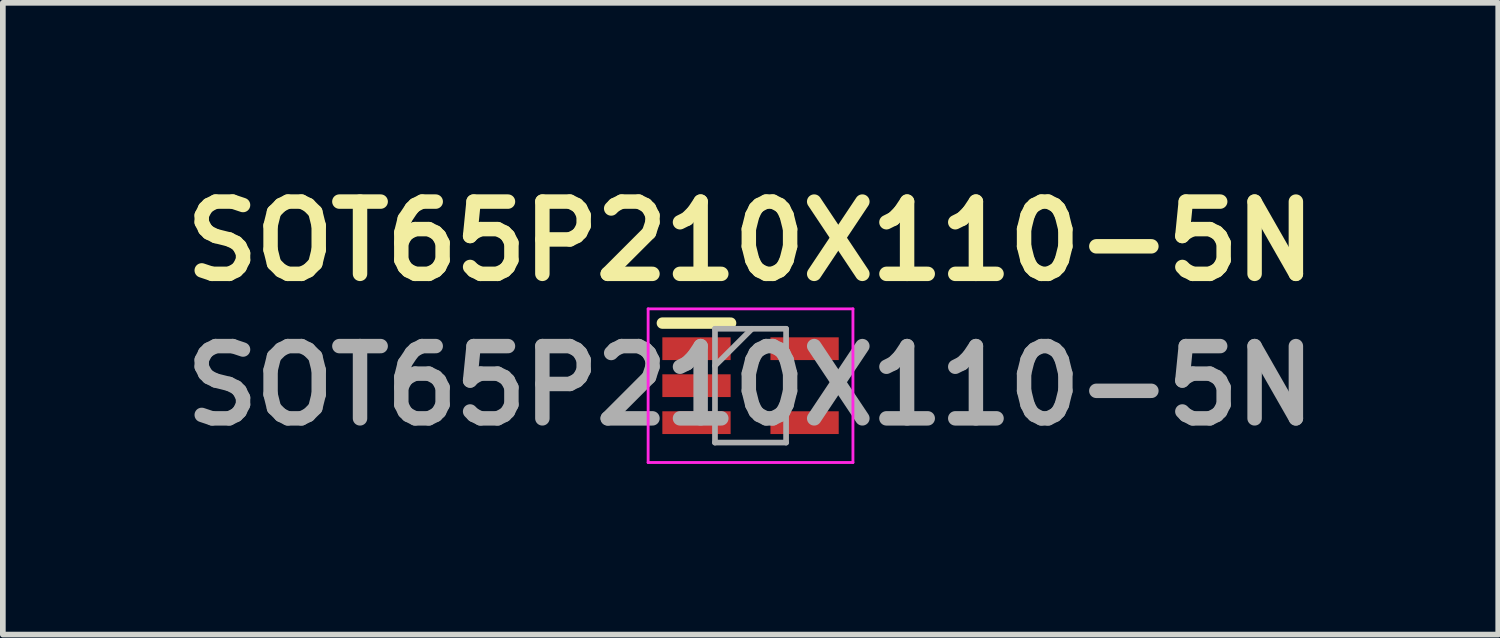
<source format=kicad_pcb>
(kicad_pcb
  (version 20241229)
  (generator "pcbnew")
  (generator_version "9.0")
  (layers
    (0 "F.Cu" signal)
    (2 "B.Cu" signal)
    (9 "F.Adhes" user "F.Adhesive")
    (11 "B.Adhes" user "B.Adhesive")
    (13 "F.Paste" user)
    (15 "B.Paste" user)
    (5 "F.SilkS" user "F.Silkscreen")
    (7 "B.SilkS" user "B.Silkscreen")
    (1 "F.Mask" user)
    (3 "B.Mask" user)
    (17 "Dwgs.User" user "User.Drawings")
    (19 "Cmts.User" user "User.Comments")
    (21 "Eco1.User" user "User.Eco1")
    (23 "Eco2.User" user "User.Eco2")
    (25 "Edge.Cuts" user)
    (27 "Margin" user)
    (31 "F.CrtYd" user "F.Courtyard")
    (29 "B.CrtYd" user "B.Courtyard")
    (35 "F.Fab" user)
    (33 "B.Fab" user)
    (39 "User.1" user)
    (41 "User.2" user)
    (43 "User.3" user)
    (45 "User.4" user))
  (footprint "SOT65P210X110-5N"
    (layer "F.Cu")
    (at 10.142 3.729)
    (property "Reference" "SOT65P210X110-5N" (at 0 -2.54 0) (layer "F.SilkS") (effects (font (size 1.27 1.27) (thickness 0.254))))
    (attr smd)
    (fp_line (start -1.55 -1.1) (end -0.35 -1.1) (stroke (width 0.2) (type solid)) (layer "F.SilkS"))
    (fp_line (start -1.8 -1.35) (end 1.8 -1.35) (stroke (width 0.05) (type solid)) (layer "F.CrtYd"))
    (fp_line (start -1.8 1.35) (end -1.8 -1.35) (stroke (width 0.05) (type solid)) (layer "F.CrtYd"))
    (fp_line (start 1.8 -1.35) (end 1.8 1.35) (stroke (width 0.05) (type solid)) (layer "F.CrtYd"))
    (fp_line (start 1.8 1.35) (end -1.8 1.35) (stroke (width 0.05) (type solid)) (layer "F.CrtYd"))
    (fp_line (start -0.625 -1) (end 0.625 -1) (stroke (width 0.1) (type solid)) (layer "F.Fab"))
    (fp_line (start -0.625 -0.35) (end 0.025 -1) (stroke (width 0.1) (type solid)) (layer "F.Fab"))
    (fp_line (start -0.625 1) (end -0.625 -1) (stroke (width 0.1) (type solid)) (layer "F.Fab"))
    (fp_line (start 0.625 -1) (end 0.625 1) (stroke (width 0.1) (type solid)) (layer "F.Fab"))
    (fp_line (start 0.625 1) (end -0.625 1) (stroke (width 0.1) (type solid)) (layer "F.Fab"))
    (fp_text user "${REFERENCE}" (at 0 0 0) (layer "F.Fab") (effects (font (size 1.27 1.27) (thickness 0.254))))
    (pad "1" smd rect (at -0.95 -0.65 90) (size 0.4 1.2) (layers "F.Cu" "F.Mask" "F.Paste"))
    (pad "2" smd rect (at -0.95 0 90) (size 0.4 1.2) (layers "F.Cu" "F.Mask" "F.Paste"))
    (pad "3" smd rect (at -0.95 0.65 90) (size 0.4 1.2) (layers "F.Cu" "F.Mask" "F.Paste"))
    (pad "4" smd rect (at 0.95 0.65 90) (size 0.4 1.2) (layers "F.Cu" "F.Mask" "F.Paste"))
    (pad "5" smd rect (at 0.95 -0.65 90) (size 0.4 1.2) (layers "F.Cu" "F.Mask" "F.Paste")))
  (gr_rect
    (start -3 -3)
    (end 23.284 8.104)
    (stroke (width 0.1) (type default))
    (fill no)
    (layer "Edge.Cuts")))
</source>
